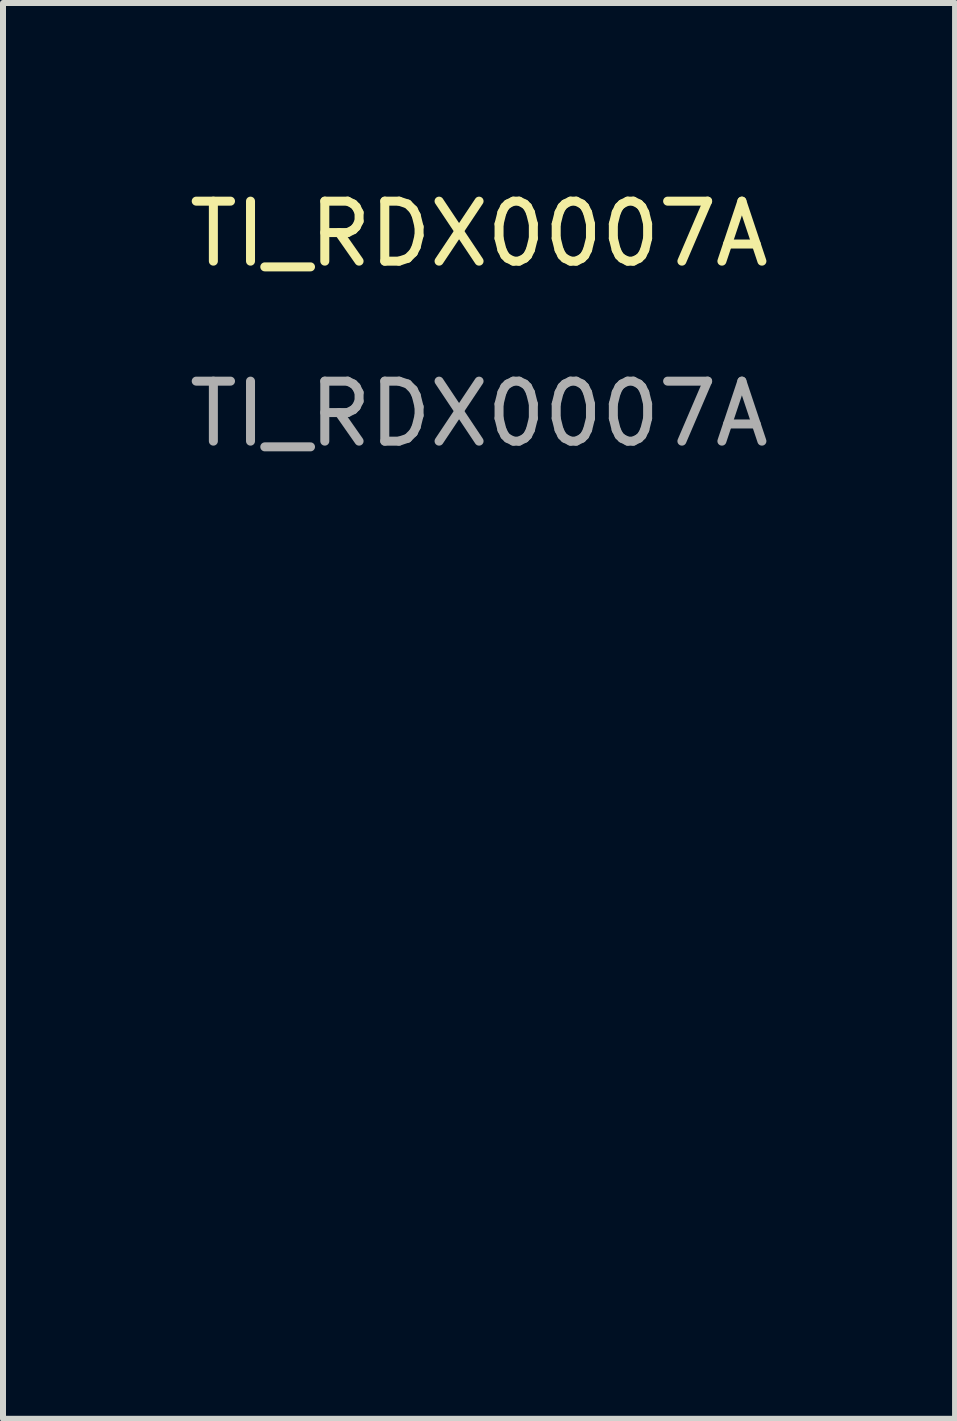
<source format=kicad_pcb>
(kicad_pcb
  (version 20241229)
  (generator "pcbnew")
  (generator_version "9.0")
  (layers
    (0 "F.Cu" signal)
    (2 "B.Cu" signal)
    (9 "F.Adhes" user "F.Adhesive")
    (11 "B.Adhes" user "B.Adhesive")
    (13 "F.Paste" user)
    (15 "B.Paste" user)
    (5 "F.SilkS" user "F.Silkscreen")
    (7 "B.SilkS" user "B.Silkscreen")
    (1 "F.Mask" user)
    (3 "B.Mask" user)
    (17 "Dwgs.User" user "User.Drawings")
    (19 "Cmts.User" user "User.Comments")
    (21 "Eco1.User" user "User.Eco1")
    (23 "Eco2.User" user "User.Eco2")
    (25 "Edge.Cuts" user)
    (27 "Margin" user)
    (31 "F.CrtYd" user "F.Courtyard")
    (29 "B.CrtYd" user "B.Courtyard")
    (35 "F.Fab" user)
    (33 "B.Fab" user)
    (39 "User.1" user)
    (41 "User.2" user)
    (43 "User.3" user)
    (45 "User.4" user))
  (footprint "TI_RDX0007A"
    (layer "F.Cu")
    (at 4.935 17.348)
    (property "Reference" "TI_RDX0007A" (at 0 -16.5 0) (unlocked yes) (layer "F.SilkS") (effects (font (size 1 1) (thickness 0.15))))
    (attr smd)
    (fp_text user "${REFERENCE}" (at 0 -13.5 0) (unlocked yes) (layer "F.Fab") (effects (font (size 1 1) (thickness 0.15)))))
  (gr_rect
    (start -3 -3)
    (end 12.869 20.598)
    (stroke (width 0.1) (type default))
    (fill no)
    (layer "Edge.Cuts")))
</source>
